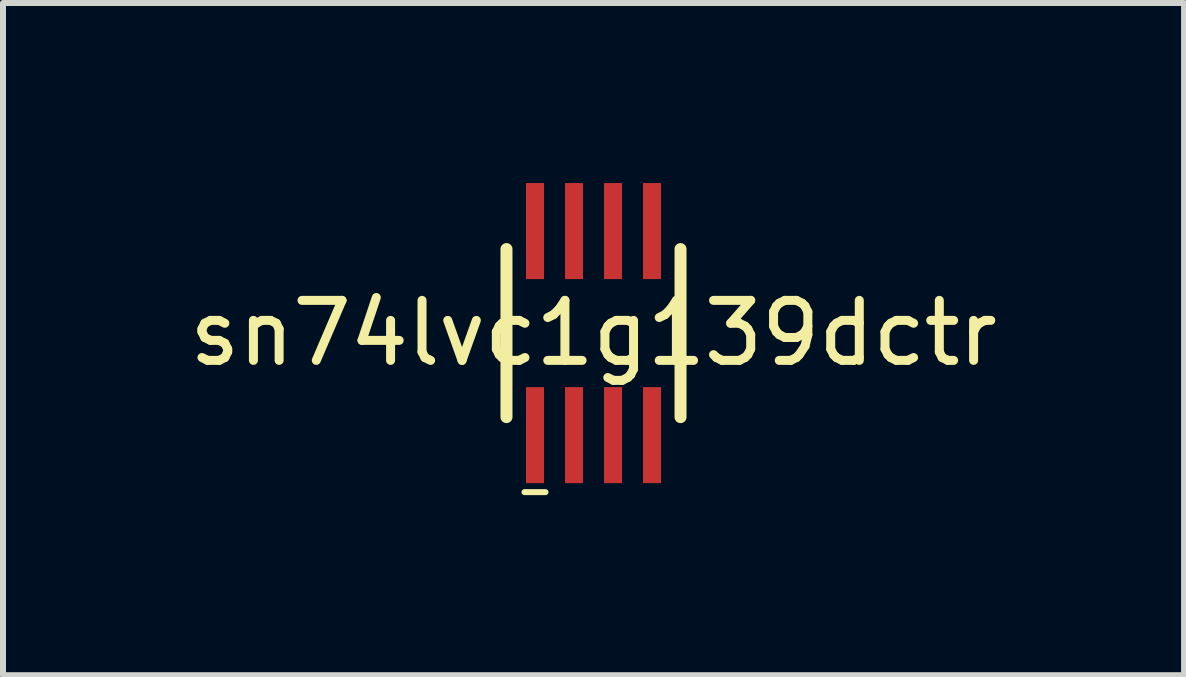
<source format=kicad_pcb>
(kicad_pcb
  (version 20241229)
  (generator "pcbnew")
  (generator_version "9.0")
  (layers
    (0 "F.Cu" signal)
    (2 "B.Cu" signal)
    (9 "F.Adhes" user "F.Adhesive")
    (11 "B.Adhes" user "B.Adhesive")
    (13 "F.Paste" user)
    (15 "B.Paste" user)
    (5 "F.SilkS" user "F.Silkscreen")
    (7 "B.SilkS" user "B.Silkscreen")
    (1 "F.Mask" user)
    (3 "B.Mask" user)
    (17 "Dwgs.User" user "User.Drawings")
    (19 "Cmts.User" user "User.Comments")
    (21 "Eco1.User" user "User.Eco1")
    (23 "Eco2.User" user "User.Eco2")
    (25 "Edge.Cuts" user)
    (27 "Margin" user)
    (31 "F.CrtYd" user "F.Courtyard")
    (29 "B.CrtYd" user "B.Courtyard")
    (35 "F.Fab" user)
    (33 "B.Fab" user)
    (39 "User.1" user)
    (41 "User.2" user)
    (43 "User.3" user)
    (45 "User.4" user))
  (footprint "sn74lvc1g139dctr"
    (layer "F.Cu")
    (at 6.839 2.5)
    (property "Reference" "sn74lvc1g139dctr" (at 0 0 0) (layer "F.SilkS") (effects (font (size 1 1) (thickness 0.15))))
    (attr through_hole)
    (fp_line (start -1.45 -1.4) (end -1.45 1.4) (stroke (width 0.2) (type solid)) (layer "F.SilkS"))
    (fp_line (start -1.15 2.65) (end -0.8 2.65) (stroke (width 0.1) (type solid)) (layer "F.SilkS"))
    (fp_line (start 1.45 -1.4) (end 1.45 1.4) (stroke (width 0.2) (type solid)) (layer "F.SilkS"))
    (pad "1" smd rect (at -0.975 1.7) (size 0.3 1.6) (layers "F.Cu" "F.Mask" "F.Paste"))
    (pad "2" smd rect (at -0.325 1.7) (size 0.3 1.6) (layers "F.Cu" "F.Mask" "F.Paste"))
    (pad "3" smd rect (at 0.325 1.7) (size 0.3 1.6) (layers "F.Cu" "F.Mask" "F.Paste"))
    (pad "4" smd rect (at 0.975 1.7) (size 0.3 1.6) (layers "F.Cu" "F.Mask" "F.Paste"))
    (pad "5" smd rect (at 0.975 -1.7) (size 0.3 1.6) (layers "F.Cu" "F.Mask" "F.Paste"))
    (pad "6" smd rect (at 0.325 -1.7) (size 0.3 1.6) (layers "F.Cu" "F.Mask" "F.Paste"))
    (pad "7" smd rect (at -0.325 -1.7) (size 0.3 1.6) (layers "F.Cu" "F.Mask" "F.Paste"))
    (pad "8" smd rect (at -0.975 -1.7) (size 0.3 1.6) (layers "F.Cu" "F.Mask" "F.Paste")))
  (gr_rect
    (start -3 -3)
    (end 16.679 8.2)
    (stroke (width 0.1) (type default))
    (fill no)
    (layer "Edge.Cuts")))
</source>
